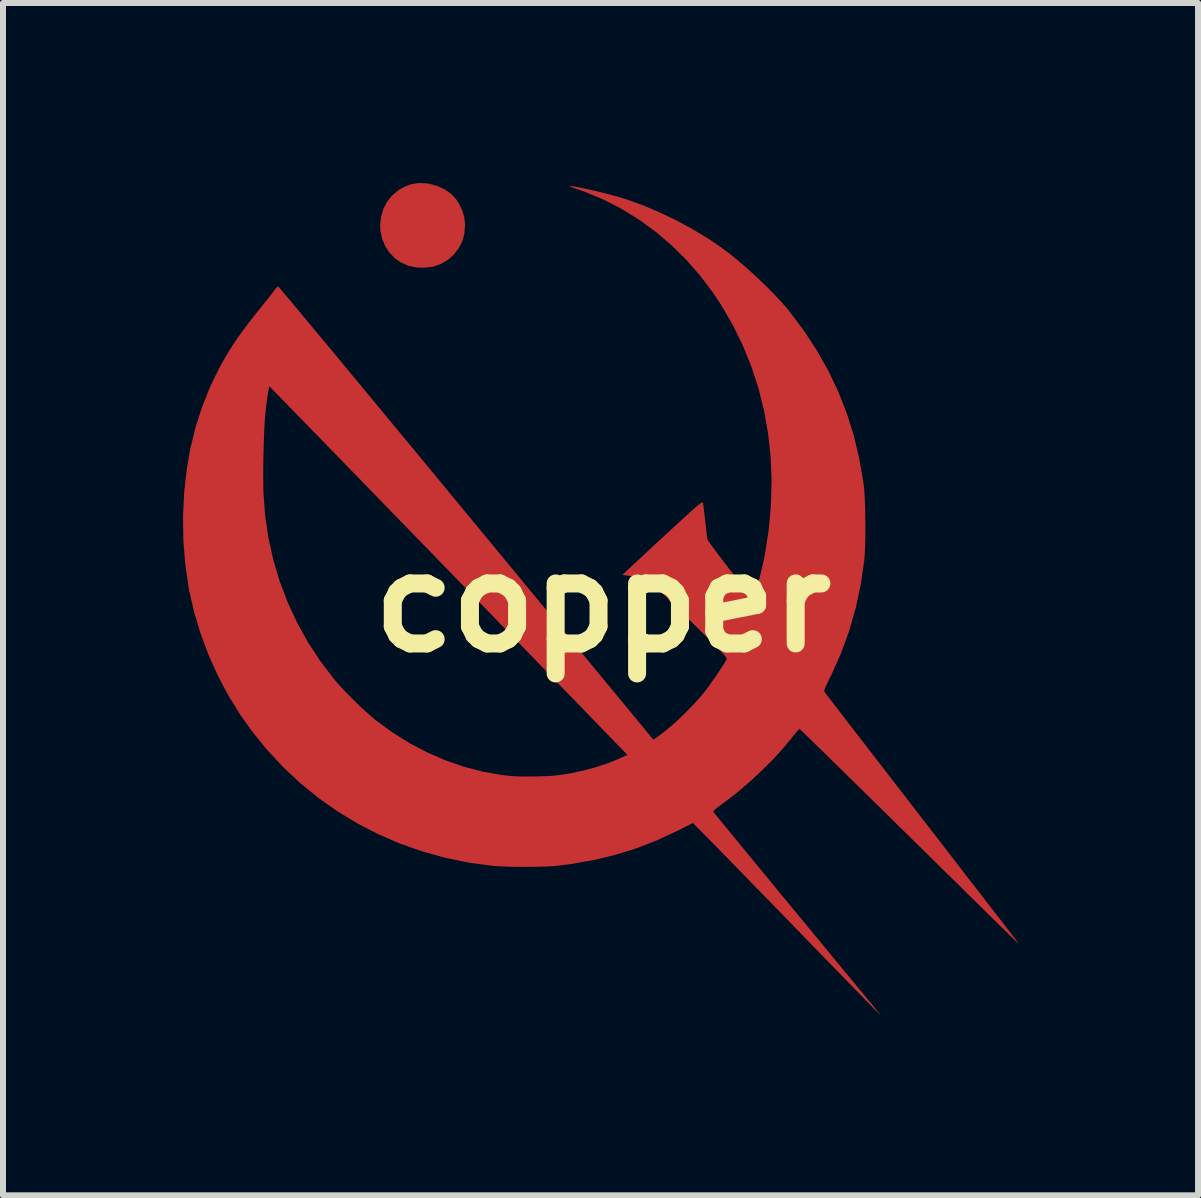
<source format=kicad_pcb>
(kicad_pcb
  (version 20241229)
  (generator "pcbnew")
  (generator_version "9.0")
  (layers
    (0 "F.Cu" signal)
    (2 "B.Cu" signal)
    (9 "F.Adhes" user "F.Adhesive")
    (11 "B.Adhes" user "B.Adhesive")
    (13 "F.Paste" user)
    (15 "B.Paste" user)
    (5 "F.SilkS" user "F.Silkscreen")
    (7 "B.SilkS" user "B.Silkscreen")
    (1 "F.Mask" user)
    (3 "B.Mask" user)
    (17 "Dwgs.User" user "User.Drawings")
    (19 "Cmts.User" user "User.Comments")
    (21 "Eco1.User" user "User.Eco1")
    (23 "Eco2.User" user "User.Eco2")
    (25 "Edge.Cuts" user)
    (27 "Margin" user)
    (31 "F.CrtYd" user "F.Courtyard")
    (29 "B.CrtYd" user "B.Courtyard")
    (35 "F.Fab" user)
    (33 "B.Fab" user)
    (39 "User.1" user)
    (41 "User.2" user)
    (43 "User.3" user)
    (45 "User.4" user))
  (footprint "copper"
    (layer "F.Cu")
    (at 6.996 6.995)
    (property "Reference" "copper" (at 0 0 0) (layer "F.SilkS") (effects (font (size 1.5 1.5) (thickness 0.3))))
    (attr board_only exclude_from_pos_files exclude_from_bom)
    (fp_poly (pts (xy -2.934 -6.989) (xy -2.891 -6.982) (xy -2.75 -6.942) (xy -2.625 -6.883) (xy -2.519 -6.806) (xy -2.434 -6.711) (xy -2.39 -6.64) (xy -2.34 -6.531) (xy -2.31 -6.429) (xy -2.297 -6.326) (xy -2.296 -6.287) (xy -2.308 -6.147) (xy -2.343 -6.021) (xy -2.403 -5.905) (xy -2.485 -5.8) (xy -2.586 -5.711) (xy -2.702 -5.644) (xy -2.832 -5.601) (xy -2.972 -5.583) (xy -3.11 -5.588) (xy -3.24 -5.616) (xy -3.359 -5.668) (xy -3.464 -5.741) (xy -3.554 -5.833) (xy -3.625 -5.941) (xy -3.676 -6.062) (xy -3.705 -6.194) (xy -3.711 -6.284) (xy -3.697 -6.426) (xy -3.659 -6.559) (xy -3.598 -6.679) (xy -3.514 -6.784) (xy -3.41 -6.873) (xy -3.317 -6.927) (xy -3.193 -6.975) (xy -3.066 -6.995)) (stroke (width 0) (type solid)) (fill yes) (layer "F.Cu"))
    (fp_poly (pts (xy -0.515 -6.942) (xy -0.45 -6.932) (xy -0.367 -6.916) (xy -0.27 -6.896) (xy -0.162 -6.872) (xy -0.049 -6.845) (xy 0.065 -6.817) (xy 0.176 -6.787) (xy 0.28 -6.758) (xy 0.372 -6.73) (xy 0.378 -6.728) (xy 0.653 -6.63) (xy 0.935 -6.511) (xy 1.218 -6.376) (xy 1.494 -6.227) (xy 1.756 -6.069) (xy 1.953 -5.936) (xy 2.096 -5.83) (xy 2.247 -5.708) (xy 2.403 -5.574) (xy 2.559 -5.433) (xy 2.71 -5.289) (xy 2.852 -5.146) (xy 2.98 -5.009) (xy 3.09 -4.881) (xy 3.111 -4.855) (xy 3.355 -4.529) (xy 3.571 -4.199) (xy 3.761 -3.862) (xy 3.925 -3.517) (xy 4.064 -3.162) (xy 4.18 -2.796) (xy 4.271 -2.416) (xy 4.34 -2.021) (xy 4.35 -1.949) (xy 4.358 -1.872) (xy 4.364 -1.772) (xy 4.369 -1.654) (xy 4.373 -1.523) (xy 4.375 -1.385) (xy 4.376 -1.244) (xy 4.375 -1.107) (xy 4.372 -0.977) (xy 4.368 -0.86) (xy 4.362 -0.762) (xy 4.357 -0.707) (xy 4.299 -0.306) (xy 4.216 0.085) (xy 4.107 0.465) (xy 3.972 0.837) (xy 3.81 1.201) (xy 3.778 1.265) (xy 3.739 1.345) (xy 3.712 1.404) (xy 3.696 1.445) (xy 3.691 1.471) (xy 3.693 1.484) (xy 3.703 1.498) (xy 3.729 1.532) (xy 3.771 1.586) (xy 3.827 1.659) (xy 3.897 1.75) (xy 3.98 1.857) (xy 4.074 1.98) (xy 4.18 2.117) (xy 4.296 2.267) (xy 4.421 2.43) (xy 4.555 2.603) (xy 4.697 2.786) (xy 4.845 2.978) (xy 4.999 3.178) (xy 5.159 3.384) (xy 5.265 3.522) (xy 5.428 3.733) (xy 5.588 3.939) (xy 5.742 4.139) (xy 5.891 4.331) (xy 6.032 4.515) (xy 6.167 4.689) (xy 6.293 4.851) (xy 6.409 5.002) (xy 6.515 5.14) (xy 6.61 5.262) (xy 6.693 5.37) (xy 6.763 5.46) (xy 6.819 5.533) (xy 6.86 5.586) (xy 6.886 5.619) (xy 6.893 5.629) (xy 6.913 5.655) (xy 6.92 5.668) (xy 6.913 5.665) (xy 6.891 5.646) (xy 6.853 5.61) (xy 6.797 5.556) (xy 6.748 5.508) (xy 6.714 5.474) (xy 6.661 5.422) (xy 6.59 5.353) (xy 6.504 5.268) (xy 6.402 5.168) (xy 6.287 5.054) (xy 6.159 4.929) (xy 6.02 4.792) (xy 5.871 4.645) (xy 5.713 4.49) (xy 5.547 4.327) (xy 5.376 4.158) (xy 5.199 3.984) (xy 5.018 3.806) (xy 4.908 3.698) (xy 4.73 3.522) (xy 4.557 3.352) (xy 4.39 3.189) (xy 4.231 3.032) (xy 4.08 2.884) (xy 3.94 2.746) (xy 3.809 2.618) (xy 3.691 2.502) (xy 3.585 2.399) (xy 3.493 2.309) (xy 3.416 2.234) (xy 3.354 2.174) (xy 3.31 2.132) (xy 3.284 2.107) (xy 3.277 2.1) (xy 3.266 2.111) (xy 3.241 2.14) (xy 3.205 2.183) (xy 3.16 2.238) (xy 3.122 2.286) (xy 2.986 2.448) (xy 2.83 2.617) (xy 2.659 2.788) (xy 2.479 2.956) (xy 2.295 3.116) (xy 2.113 3.262) (xy 1.969 3.368) (xy 1.913 3.409) (xy 1.871 3.444) (xy 1.846 3.469) (xy 1.84 3.481) (xy 1.849 3.493) (xy 1.875 3.525) (xy 1.917 3.576) (xy 1.972 3.645) (xy 2.041 3.729) (xy 2.123 3.828) (xy 2.214 3.94) (xy 2.316 4.064) (xy 2.426 4.198) (xy 2.544 4.341) (xy 2.668 4.491) (xy 2.797 4.648) (xy 2.929 4.809) (xy 3.065 4.974) (xy 3.202 5.14) (xy 3.34 5.307) (xy 3.477 5.473) (xy 3.612 5.637) (xy 3.744 5.797) (xy 3.871 5.952) (xy 3.994 6.1) (xy 4.11 6.24) (xy 4.218 6.371) (xy 4.317 6.491) (xy 4.406 6.599) (xy 4.485 6.693) (xy 4.54 6.76) (xy 4.578 6.806) (xy 4.608 6.844) (xy 4.626 6.868) (xy 4.63 6.875) (xy 4.619 6.865) (xy 4.591 6.836) (xy 4.544 6.789) (xy 4.482 6.726) (xy 4.404 6.646) (xy 4.312 6.552) (xy 4.206 6.444) (xy 4.088 6.323) (xy 3.96 6.19) (xy 3.82 6.048) (xy 3.672 5.895) (xy 3.516 5.735) (xy 3.353 5.567) (xy 3.183 5.392) (xy 3.066 5.271) (xy 2.893 5.093) (xy 2.726 4.921) (xy 2.564 4.756) (xy 2.411 4.598) (xy 2.265 4.448) (xy 2.129 4.309) (xy 2.004 4.181) (xy 1.89 4.064) (xy 1.788 3.961) (xy 1.7 3.871) (xy 1.627 3.797) (xy 1.569 3.739) (xy 1.528 3.698) (xy 1.505 3.676) (xy 1.5 3.671) (xy 1.485 3.679) (xy 1.45 3.697) (xy 1.397 3.723) (xy 1.33 3.757) (xy 1.255 3.795) (xy 1.239 3.803) (xy 0.906 3.958) (xy 0.57 4.089) (xy 0.225 4.197) (xy -0.131 4.284) (xy -0.501 4.35) (xy -0.77 4.385) (xy -0.849 4.391) (xy -0.951 4.396) (xy -1.069 4.399) (xy -1.197 4.401) (xy -1.33 4.402) (xy -1.462 4.401) (xy -1.588 4.398) (xy -1.701 4.394) (xy -1.795 4.388) (xy -1.834 4.385) (xy -2.235 4.331) (xy -2.627 4.25) (xy -3.009 4.144) (xy -3.38 4.014) (xy -3.74 3.858) (xy -4.087 3.679) (xy -4.421 3.477) (xy -4.74 3.252) (xy -5.043 3.005) (xy -5.329 2.737) (xy -5.598 2.448) (xy -5.848 2.139) (xy -6.044 1.862) (xy -6.24 1.546) (xy -6.416 1.213) (xy -6.571 0.868) (xy -6.703 0.514) (xy -6.811 0.157) (xy -6.892 -0.201) (xy -6.902 -0.252) (xy -6.958 -0.64) (xy -6.99 -1.036) (xy -6.996 -1.436) (xy -6.977 -1.836) (xy -6.951 -2.07) (xy -5.659 -2.07) (xy -5.658 -1.936) (xy -5.655 -1.826) (xy -5.627 -1.45) (xy -5.572 -1.078) (xy -5.491 -0.713) (xy -5.384 -0.355) (xy -5.251 -0.005) (xy -5.094 0.333) (xy -4.913 0.659) (xy -4.708 0.972) (xy -4.481 1.269) (xy -4.424 1.337) (xy -4.349 1.42) (xy -4.259 1.515) (xy -4.159 1.615) (xy -4.056 1.716) (xy -3.953 1.811) (xy -3.858 1.895) (xy -3.783 1.958) (xy -3.51 2.159) (xy -3.225 2.337) (xy -2.929 2.493) (xy -2.625 2.625) (xy -2.315 2.733) (xy -2 2.815) (xy -1.685 2.871) (xy -1.519 2.889) (xy -1.445 2.893) (xy -1.35 2.896) (xy -1.242 2.896) (xy -1.128 2.895) (xy -1.014 2.892) (xy -0.909 2.888) (xy -0.819 2.882) (xy -0.776 2.878) (xy -0.562 2.847) (xy -0.343 2.801) (xy -0.127 2.744) (xy 0.078 2.677) (xy 0.264 2.602) (xy 0.286 2.592) (xy 0.409 2.535) (xy 0.131 2.248) (xy -0.006 2.107) (xy -0.154 1.954) (xy -0.312 1.79) (xy -0.48 1.617) (xy -0.657 1.435) (xy -0.841 1.245) (xy -1.032 1.048) (xy -1.229 0.845) (xy -1.431 0.637) (xy -1.638 0.424) (xy -1.847 0.208) (xy -2.059 -0.01) (xy -2.273 -0.23) (xy -2.487 -0.45) (xy -2.701 -0.671) (xy -2.913 -0.89) (xy -3.124 -1.106) (xy -3.332 -1.32) (xy -3.536 -1.53) (xy -3.735 -1.735) (xy -3.928 -1.934) (xy -4.115 -2.127) (xy -4.295 -2.311) (xy -4.466 -2.488) (xy -4.629 -2.655) (xy -4.781 -2.811) (xy -4.922 -2.956) (xy -5.052 -3.089) (xy -5.168 -3.209) (xy -5.271 -3.315) (xy -5.36 -3.406) (xy -5.433 -3.481) (xy -5.49 -3.539) (xy -5.53 -3.58) (xy -5.552 -3.602) (xy -5.556 -3.605) (xy -5.562 -3.589) (xy -5.57 -3.549) (xy -5.58 -3.491) (xy -5.591 -3.418) (xy -5.603 -3.336) (xy -5.614 -3.25) (xy -5.622 -3.171) (xy -5.63 -3.078) (xy -5.638 -2.962) (xy -5.644 -2.828) (xy -5.65 -2.681) (xy -5.654 -2.527) (xy -5.657 -2.37) (xy -5.659 -2.216) (xy -5.659 -2.07) (xy -6.951 -2.07) (xy -6.933 -2.231) (xy -6.875 -2.565) (xy -6.789 -2.917) (xy -6.679 -3.262) (xy -6.545 -3.597) (xy -6.389 -3.918) (xy -6.277 -4.117) (xy -6.209 -4.227) (xy -6.14 -4.334) (xy -6.067 -4.44) (xy -5.986 -4.551) (xy -5.895 -4.672) (xy -5.79 -4.806) (xy -5.72 -4.894) (xy -5.657 -4.972) (xy -5.597 -5.047) (xy -5.545 -5.113) (xy -5.503 -5.167) (xy -5.473 -5.206) (xy -5.46 -5.223) (xy -5.436 -5.254) (xy -5.416 -5.272) (xy -5.412 -5.274) (xy -5.402 -5.263) (xy -5.375 -5.232) (xy -5.331 -5.181) (xy -5.272 -5.11) (xy -5.197 -5.021) (xy -5.108 -4.914) (xy -5.005 -4.79) (xy -4.888 -4.65) (xy -4.759 -4.494) (xy -4.617 -4.324) (xy -4.464 -4.14) (xy -4.301 -3.943) (xy -4.127 -3.733) (xy -3.944 -3.512) (xy -3.752 -3.28) (xy -3.552 -3.038) (xy -3.344 -2.787) (xy -3.129 -2.528) (xy -2.908 -2.26) (xy -2.682 -1.986) (xy -2.45 -1.706) (xy -2.278 -1.497) (xy 0.843 2.282) (xy 0.928 2.223) (xy 1.036 2.141) (xy 1.155 2.041) (xy 1.28 1.928) (xy 1.404 1.807) (xy 1.523 1.684) (xy 1.631 1.563) (xy 1.685 1.498) (xy 1.723 1.449) (xy 1.768 1.388) (xy 1.818 1.317) (xy 1.871 1.242) (xy 1.922 1.167) (xy 1.97 1.096) (xy 2.011 1.032) (xy 2.042 0.981) (xy 2.062 0.947) (xy 2.066 0.937) (xy 2.065 0.928) (xy 2.057 0.914) (xy 2.041 0.892) (xy 2.016 0.862) (xy 1.979 0.823) (xy 1.93 0.772) (xy 1.868 0.708) (xy 1.791 0.631) (xy 1.697 0.537) (xy 1.586 0.427) (xy 1.482 0.325) (xy 1.372 0.216) (xy 1.266 0.112) (xy 1.166 0.014) (xy 1.074 -0.077) (xy 0.991 -0.158) (xy 0.921 -0.226) (xy 0.865 -0.281) (xy 0.824 -0.32) (xy 0.805 -0.339) (xy 0.721 -0.418) (xy 0.527 -0.439) (xy 0.457 -0.447) (xy 0.397 -0.454) (xy 0.354 -0.46) (xy 0.331 -0.464) (xy 0.329 -0.465) (xy 0.339 -0.475) (xy 0.367 -0.502) (xy 0.412 -0.545) (xy 0.473 -0.603) (xy 0.548 -0.672) (xy 0.635 -0.753) (xy 0.732 -0.844) (xy 0.838 -0.942) (xy 0.951 -1.046) (xy 0.992 -1.084) (xy 1.125 -1.207) (xy 1.24 -1.313) (xy 1.337 -1.402) (xy 1.418 -1.476) (xy 1.485 -1.536) (xy 1.538 -1.583) (xy 1.58 -1.619) (xy 1.611 -1.644) (xy 1.634 -1.661) (xy 1.65 -1.67) (xy 1.66 -1.673) (xy 1.665 -1.67) (xy 1.668 -1.665) (xy 1.673 -1.641) (xy 1.68 -1.594) (xy 1.688 -1.529) (xy 1.697 -1.451) (xy 1.707 -1.365) (xy 1.708 -1.358) (xy 1.717 -1.272) (xy 1.726 -1.194) (xy 1.734 -1.128) (xy 1.74 -1.081) (xy 1.744 -1.056) (xy 1.744 -1.055) (xy 1.753 -1.038) (xy 1.778 -1.003) (xy 1.815 -0.951) (xy 1.863 -0.886) (xy 1.919 -0.811) (xy 1.982 -0.728) (xy 2.049 -0.64) (xy 2.118 -0.549) (xy 2.188 -0.459) (xy 2.256 -0.372) (xy 2.319 -0.29) (xy 2.377 -0.218) (xy 2.426 -0.156) (xy 2.465 -0.109) (xy 2.491 -0.078) (xy 2.503 -0.067) (xy 2.504 -0.067) (xy 2.514 -0.083) (xy 2.529 -0.123) (xy 2.548 -0.182) (xy 2.57 -0.256) (xy 2.594 -0.343) (xy 2.618 -0.437) (xy 2.642 -0.534) (xy 2.665 -0.632) (xy 2.685 -0.725) (xy 2.701 -0.805) (xy 2.765 -1.216) (xy 2.802 -1.623) (xy 2.813 -2.025) (xy 2.798 -2.421) (xy 2.756 -2.811) (xy 2.689 -3.194) (xy 2.596 -3.568) (xy 2.477 -3.933) (xy 2.333 -4.289) (xy 2.164 -4.633) (xy 1.97 -4.966) (xy 1.837 -5.166) (xy 1.623 -5.45) (xy 1.391 -5.715) (xy 1.143 -5.96) (xy 0.879 -6.184) (xy 0.601 -6.386) (xy 0.311 -6.565) (xy 0.01 -6.72) (xy -0.301 -6.849) (xy -0.42 -6.89) (xy -0.479 -6.911) (xy -0.525 -6.928) (xy -0.553 -6.939) (xy -0.558 -6.944) (xy -0.558 -6.944)) (stroke (width 0) (type solid)) (fill yes) (layer "F.Cu"))
    (fp_poly (pts (xy -2.934 -6.989) (xy -2.891 -6.982) (xy -2.75 -6.942) (xy -2.625 -6.883) (xy -2.519 -6.806) (xy -2.434 -6.711) (xy -2.39 -6.64) (xy -2.34 -6.531) (xy -2.31 -6.429) (xy -2.297 -6.326) (xy -2.296 -6.287) (xy -2.308 -6.147) (xy -2.343 -6.021) (xy -2.403 -5.905) (xy -2.485 -5.8) (xy -2.586 -5.711) (xy -2.702 -5.644) (xy -2.832 -5.601) (xy -2.972 -5.583) (xy -3.11 -5.588) (xy -3.24 -5.616) (xy -3.359 -5.668) (xy -3.464 -5.741) (xy -3.554 -5.833) (xy -3.625 -5.941) (xy -3.676 -6.062) (xy -3.705 -6.194) (xy -3.711 -6.284) (xy -3.697 -6.426) (xy -3.659 -6.559) (xy -3.598 -6.679) (xy -3.514 -6.784) (xy -3.41 -6.873) (xy -3.317 -6.927) (xy -3.193 -6.975) (xy -3.066 -6.995)) (stroke (width 0) (type solid)) (fill yes) (layer "F.Mask"))
    (fp_poly (pts (xy -0.515 -6.942) (xy -0.45 -6.932) (xy -0.367 -6.916) (xy -0.27 -6.896) (xy -0.162 -6.872) (xy -0.049 -6.845) (xy 0.065 -6.817) (xy 0.176 -6.787) (xy 0.28 -6.758) (xy 0.372 -6.73) (xy 0.378 -6.728) (xy 0.653 -6.63) (xy 0.935 -6.511) (xy 1.218 -6.376) (xy 1.494 -6.227) (xy 1.756 -6.069) (xy 1.953 -5.936) (xy 2.096 -5.83) (xy 2.247 -5.708) (xy 2.403 -5.574) (xy 2.559 -5.433) (xy 2.71 -5.289) (xy 2.852 -5.146) (xy 2.98 -5.009) (xy 3.09 -4.881) (xy 3.111 -4.855) (xy 3.355 -4.529) (xy 3.571 -4.199) (xy 3.761 -3.862) (xy 3.925 -3.517) (xy 4.064 -3.162) (xy 4.18 -2.796) (xy 4.271 -2.416) (xy 4.34 -2.021) (xy 4.35 -1.949) (xy 4.358 -1.872) (xy 4.364 -1.772) (xy 4.369 -1.654) (xy 4.373 -1.523) (xy 4.375 -1.385) (xy 4.376 -1.244) (xy 4.375 -1.107) (xy 4.372 -0.977) (xy 4.368 -0.86) (xy 4.362 -0.762) (xy 4.357 -0.707) (xy 4.299 -0.306) (xy 4.216 0.085) (xy 4.107 0.465) (xy 3.972 0.837) (xy 3.81 1.201) (xy 3.778 1.265) (xy 3.739 1.345) (xy 3.712 1.404) (xy 3.696 1.445) (xy 3.691 1.471) (xy 3.693 1.484) (xy 3.703 1.498) (xy 3.729 1.532) (xy 3.771 1.586) (xy 3.827 1.659) (xy 3.897 1.75) (xy 3.98 1.857) (xy 4.074 1.98) (xy 4.18 2.117) (xy 4.296 2.267) (xy 4.421 2.43) (xy 4.555 2.603) (xy 4.697 2.786) (xy 4.845 2.978) (xy 4.999 3.178) (xy 5.159 3.384) (xy 5.265 3.522) (xy 5.428 3.733) (xy 5.588 3.939) (xy 5.742 4.139) (xy 5.891 4.331) (xy 6.032 4.515) (xy 6.167 4.689) (xy 6.293 4.851) (xy 6.409 5.002) (xy 6.515 5.14) (xy 6.61 5.262) (xy 6.693 5.37) (xy 6.763 5.46) (xy 6.819 5.533) (xy 6.86 5.586) (xy 6.886 5.619) (xy 6.893 5.629) (xy 6.913 5.655) (xy 6.92 5.668) (xy 6.913 5.665) (xy 6.891 5.646) (xy 6.853 5.61) (xy 6.797 5.556) (xy 6.748 5.508) (xy 6.714 5.474) (xy 6.661 5.422) (xy 6.59 5.353) (xy 6.504 5.268) (xy 6.402 5.168) (xy 6.287 5.054) (xy 6.159 4.929) (xy 6.02 4.792) (xy 5.871 4.645) (xy 5.713 4.49) (xy 5.547 4.327) (xy 5.376 4.158) (xy 5.199 3.984) (xy 5.018 3.806) (xy 4.908 3.698) (xy 4.73 3.522) (xy 4.557 3.352) (xy 4.39 3.189) (xy 4.231 3.032) (xy 4.08 2.884) (xy 3.94 2.746) (xy 3.809 2.618) (xy 3.691 2.502) (xy 3.585 2.399) (xy 3.493 2.309) (xy 3.416 2.234) (xy 3.354 2.174) (xy 3.31 2.132) (xy 3.284 2.107) (xy 3.277 2.1) (xy 3.266 2.111) (xy 3.241 2.14) (xy 3.205 2.183) (xy 3.16 2.238) (xy 3.122 2.286) (xy 2.986 2.448) (xy 2.83 2.617) (xy 2.659 2.788) (xy 2.479 2.956) (xy 2.295 3.116) (xy 2.113 3.262) (xy 1.969 3.368) (xy 1.913 3.409) (xy 1.871 3.444) (xy 1.846 3.469) (xy 1.84 3.481) (xy 1.849 3.493) (xy 1.875 3.525) (xy 1.917 3.576) (xy 1.972 3.645) (xy 2.041 3.729) (xy 2.123 3.828) (xy 2.214 3.94) (xy 2.316 4.064) (xy 2.426 4.198) (xy 2.544 4.341) (xy 2.668 4.491) (xy 2.797 4.648) (xy 2.929 4.809) (xy 3.065 4.974) (xy 3.202 5.14) (xy 3.34 5.307) (xy 3.477 5.473) (xy 3.612 5.637) (xy 3.744 5.797) (xy 3.871 5.952) (xy 3.994 6.1) (xy 4.11 6.24) (xy 4.218 6.371) (xy 4.317 6.491) (xy 4.406 6.599) (xy 4.485 6.693) (xy 4.54 6.76) (xy 4.578 6.806) (xy 4.608 6.844) (xy 4.626 6.868) (xy 4.63 6.875) (xy 4.619 6.865) (xy 4.591 6.836) (xy 4.544 6.789) (xy 4.482 6.726) (xy 4.404 6.646) (xy 4.312 6.552) (xy 4.206 6.444) (xy 4.088 6.323) (xy 3.96 6.19) (xy 3.82 6.048) (xy 3.672 5.895) (xy 3.516 5.735) (xy 3.353 5.567) (xy 3.183 5.392) (xy 3.066 5.271) (xy 2.893 5.093) (xy 2.726 4.921) (xy 2.564 4.756) (xy 2.411 4.598) (xy 2.265 4.448) (xy 2.129 4.309) (xy 2.004 4.181) (xy 1.89 4.064) (xy 1.788 3.961) (xy 1.7 3.871) (xy 1.627 3.797) (xy 1.569 3.739) (xy 1.528 3.698) (xy 1.505 3.676) (xy 1.5 3.671) (xy 1.485 3.679) (xy 1.45 3.697) (xy 1.397 3.723) (xy 1.33 3.757) (xy 1.255 3.795) (xy 1.239 3.803) (xy 0.906 3.958) (xy 0.57 4.089) (xy 0.225 4.197) (xy -0.131 4.284) (xy -0.501 4.35) (xy -0.77 4.385) (xy -0.849 4.391) (xy -0.951 4.396) (xy -1.069 4.399) (xy -1.197 4.401) (xy -1.33 4.402) (xy -1.462 4.401) (xy -1.588 4.398) (xy -1.701 4.394) (xy -1.795 4.388) (xy -1.834 4.385) (xy -2.235 4.331) (xy -2.627 4.25) (xy -3.009 4.144) (xy -3.38 4.014) (xy -3.74 3.858) (xy -4.087 3.679) (xy -4.421 3.477) (xy -4.74 3.252) (xy -5.043 3.005) (xy -5.329 2.737) (xy -5.598 2.448) (xy -5.848 2.139) (xy -6.044 1.862) (xy -6.24 1.546) (xy -6.416 1.213) (xy -6.571 0.868) (xy -6.703 0.514) (xy -6.811 0.157) (xy -6.892 -0.201) (xy -6.902 -0.252) (xy -6.958 -0.64) (xy -6.99 -1.036) (xy -6.996 -1.436) (xy -6.977 -1.836) (xy -6.951 -2.07) (xy -5.659 -2.07) (xy -5.658 -1.936) (xy -5.655 -1.826) (xy -5.627 -1.45) (xy -5.572 -1.078) (xy -5.491 -0.713) (xy -5.384 -0.355) (xy -5.251 -0.005) (xy -5.094 0.333) (xy -4.913 0.659) (xy -4.708 0.972) (xy -4.481 1.269) (xy -4.424 1.337) (xy -4.349 1.42) (xy -4.259 1.515) (xy -4.159 1.615) (xy -4.056 1.716) (xy -3.953 1.811) (xy -3.858 1.895) (xy -3.783 1.958) (xy -3.51 2.159) (xy -3.225 2.337) (xy -2.929 2.493) (xy -2.625 2.625) (xy -2.315 2.733) (xy -2 2.815) (xy -1.685 2.871) (xy -1.519 2.889) (xy -1.445 2.893) (xy -1.35 2.896) (xy -1.242 2.896) (xy -1.128 2.895) (xy -1.014 2.892) (xy -0.909 2.888) (xy -0.819 2.882) (xy -0.776 2.878) (xy -0.562 2.847) (xy -0.343 2.801) (xy -0.127 2.744) (xy 0.078 2.677) (xy 0.264 2.602) (xy 0.286 2.592) (xy 0.409 2.535) (xy 0.131 2.248) (xy -0.006 2.107) (xy -0.154 1.954) (xy -0.312 1.79) (xy -0.48 1.617) (xy -0.657 1.435) (xy -0.841 1.245) (xy -1.032 1.048) (xy -1.229 0.845) (xy -1.431 0.637) (xy -1.638 0.424) (xy -1.847 0.208) (xy -2.059 -0.01) (xy -2.273 -0.23) (xy -2.487 -0.45) (xy -2.701 -0.671) (xy -2.913 -0.89) (xy -3.124 -1.106) (xy -3.332 -1.32) (xy -3.536 -1.53) (xy -3.735 -1.735) (xy -3.928 -1.934) (xy -4.115 -2.127) (xy -4.295 -2.311) (xy -4.466 -2.488) (xy -4.629 -2.655) (xy -4.781 -2.811) (xy -4.922 -2.956) (xy -5.052 -3.089) (xy -5.168 -3.209) (xy -5.271 -3.315) (xy -5.36 -3.406) (xy -5.433 -3.481) (xy -5.49 -3.539) (xy -5.53 -3.58) (xy -5.552 -3.602) (xy -5.556 -3.605) (xy -5.562 -3.589) (xy -5.57 -3.549) (xy -5.58 -3.491) (xy -5.591 -3.418) (xy -5.603 -3.336) (xy -5.614 -3.25) (xy -5.622 -3.171) (xy -5.63 -3.078) (xy -5.638 -2.962) (xy -5.644 -2.828) (xy -5.65 -2.681) (xy -5.654 -2.527) (xy -5.657 -2.37) (xy -5.659 -2.216) (xy -5.659 -2.07) (xy -6.951 -2.07) (xy -6.933 -2.231) (xy -6.875 -2.565) (xy -6.789 -2.917) (xy -6.679 -3.262) (xy -6.545 -3.597) (xy -6.389 -3.918) (xy -6.277 -4.117) (xy -6.209 -4.227) (xy -6.14 -4.334) (xy -6.067 -4.44) (xy -5.986 -4.551) (xy -5.895 -4.672) (xy -5.79 -4.806) (xy -5.72 -4.894) (xy -5.657 -4.972) (xy -5.597 -5.047) (xy -5.545 -5.113) (xy -5.503 -5.167) (xy -5.473 -5.206) (xy -5.46 -5.223) (xy -5.436 -5.254) (xy -5.416 -5.272) (xy -5.412 -5.274) (xy -5.402 -5.263) (xy -5.375 -5.232) (xy -5.331 -5.181) (xy -5.272 -5.11) (xy -5.197 -5.021) (xy -5.108 -4.914) (xy -5.005 -4.79) (xy -4.888 -4.65) (xy -4.759 -4.494) (xy -4.617 -4.324) (xy -4.464 -4.14) (xy -4.301 -3.943) (xy -4.127 -3.733) (xy -3.944 -3.512) (xy -3.752 -3.28) (xy -3.552 -3.038) (xy -3.344 -2.787) (xy -3.129 -2.528) (xy -2.908 -2.26) (xy -2.682 -1.986) (xy -2.45 -1.706) (xy -2.278 -1.497) (xy 0.843 2.282) (xy 0.928 2.223) (xy 1.036 2.141) (xy 1.155 2.041) (xy 1.28 1.928) (xy 1.404 1.807) (xy 1.523 1.684) (xy 1.631 1.563) (xy 1.685 1.498) (xy 1.723 1.449) (xy 1.768 1.388) (xy 1.818 1.317) (xy 1.871 1.242) (xy 1.922 1.167) (xy 1.97 1.096) (xy 2.011 1.032) (xy 2.042 0.981) (xy 2.062 0.947) (xy 2.066 0.937) (xy 2.065 0.928) (xy 2.057 0.914) (xy 2.041 0.892) (xy 2.016 0.862) (xy 1.979 0.823) (xy 1.93 0.772) (xy 1.868 0.708) (xy 1.791 0.631) (xy 1.697 0.537) (xy 1.586 0.427) (xy 1.482 0.325) (xy 1.372 0.216) (xy 1.266 0.112) (xy 1.166 0.014) (xy 1.074 -0.077) (xy 0.991 -0.158) (xy 0.921 -0.226) (xy 0.865 -0.281) (xy 0.824 -0.32) (xy 0.805 -0.339) (xy 0.721 -0.418) (xy 0.527 -0.439) (xy 0.457 -0.447) (xy 0.397 -0.454) (xy 0.354 -0.46) (xy 0.331 -0.464) (xy 0.329 -0.465) (xy 0.339 -0.475) (xy 0.367 -0.502) (xy 0.412 -0.545) (xy 0.473 -0.603) (xy 0.548 -0.672) (xy 0.635 -0.753) (xy 0.732 -0.844) (xy 0.838 -0.942) (xy 0.951 -1.046) (xy 0.992 -1.084) (xy 1.125 -1.207) (xy 1.24 -1.313) (xy 1.337 -1.402) (xy 1.418 -1.476) (xy 1.485 -1.536) (xy 1.538 -1.583) (xy 1.58 -1.619) (xy 1.611 -1.644) (xy 1.634 -1.661) (xy 1.65 -1.67) (xy 1.66 -1.673) (xy 1.665 -1.67) (xy 1.668 -1.665) (xy 1.673 -1.641) (xy 1.68 -1.594) (xy 1.688 -1.529) (xy 1.697 -1.451) (xy 1.707 -1.365) (xy 1.708 -1.358) (xy 1.717 -1.272) (xy 1.726 -1.194) (xy 1.734 -1.128) (xy 1.74 -1.081) (xy 1.744 -1.056) (xy 1.744 -1.055) (xy 1.753 -1.038) (xy 1.778 -1.003) (xy 1.815 -0.951) (xy 1.863 -0.886) (xy 1.919 -0.811) (xy 1.982 -0.728) (xy 2.049 -0.64) (xy 2.118 -0.549) (xy 2.188 -0.459) (xy 2.256 -0.372) (xy 2.319 -0.29) (xy 2.377 -0.218) (xy 2.426 -0.156) (xy 2.465 -0.109) (xy 2.491 -0.078) (xy 2.503 -0.067) (xy 2.504 -0.067) (xy 2.514 -0.083) (xy 2.529 -0.123) (xy 2.548 -0.182) (xy 2.57 -0.256) (xy 2.594 -0.343) (xy 2.618 -0.437) (xy 2.642 -0.534) (xy 2.665 -0.632) (xy 2.685 -0.725) (xy 2.701 -0.805) (xy 2.765 -1.216) (xy 2.802 -1.623) (xy 2.813 -2.025) (xy 2.798 -2.421) (xy 2.756 -2.811) (xy 2.689 -3.194) (xy 2.596 -3.568) (xy 2.477 -3.933) (xy 2.333 -4.289) (xy 2.164 -4.633) (xy 1.97 -4.966) (xy 1.837 -5.166) (xy 1.623 -5.45) (xy 1.391 -5.715) (xy 1.143 -5.96) (xy 0.879 -6.184) (xy 0.601 -6.386) (xy 0.311 -6.565) (xy 0.01 -6.72) (xy -0.301 -6.849) (xy -0.42 -6.89) (xy -0.479 -6.911) (xy -0.525 -6.928) (xy -0.553 -6.939) (xy -0.558 -6.944) (xy -0.558 -6.944)) (stroke (width 0) (type solid)) (fill yes) (layer "F.Mask")))
  (gr_rect
    (start -3 -3)
    (end 16.916 16.871)
    (stroke (width 0.1) (type default))
    (fill no)
    (layer "Edge.Cuts")))
</source>
